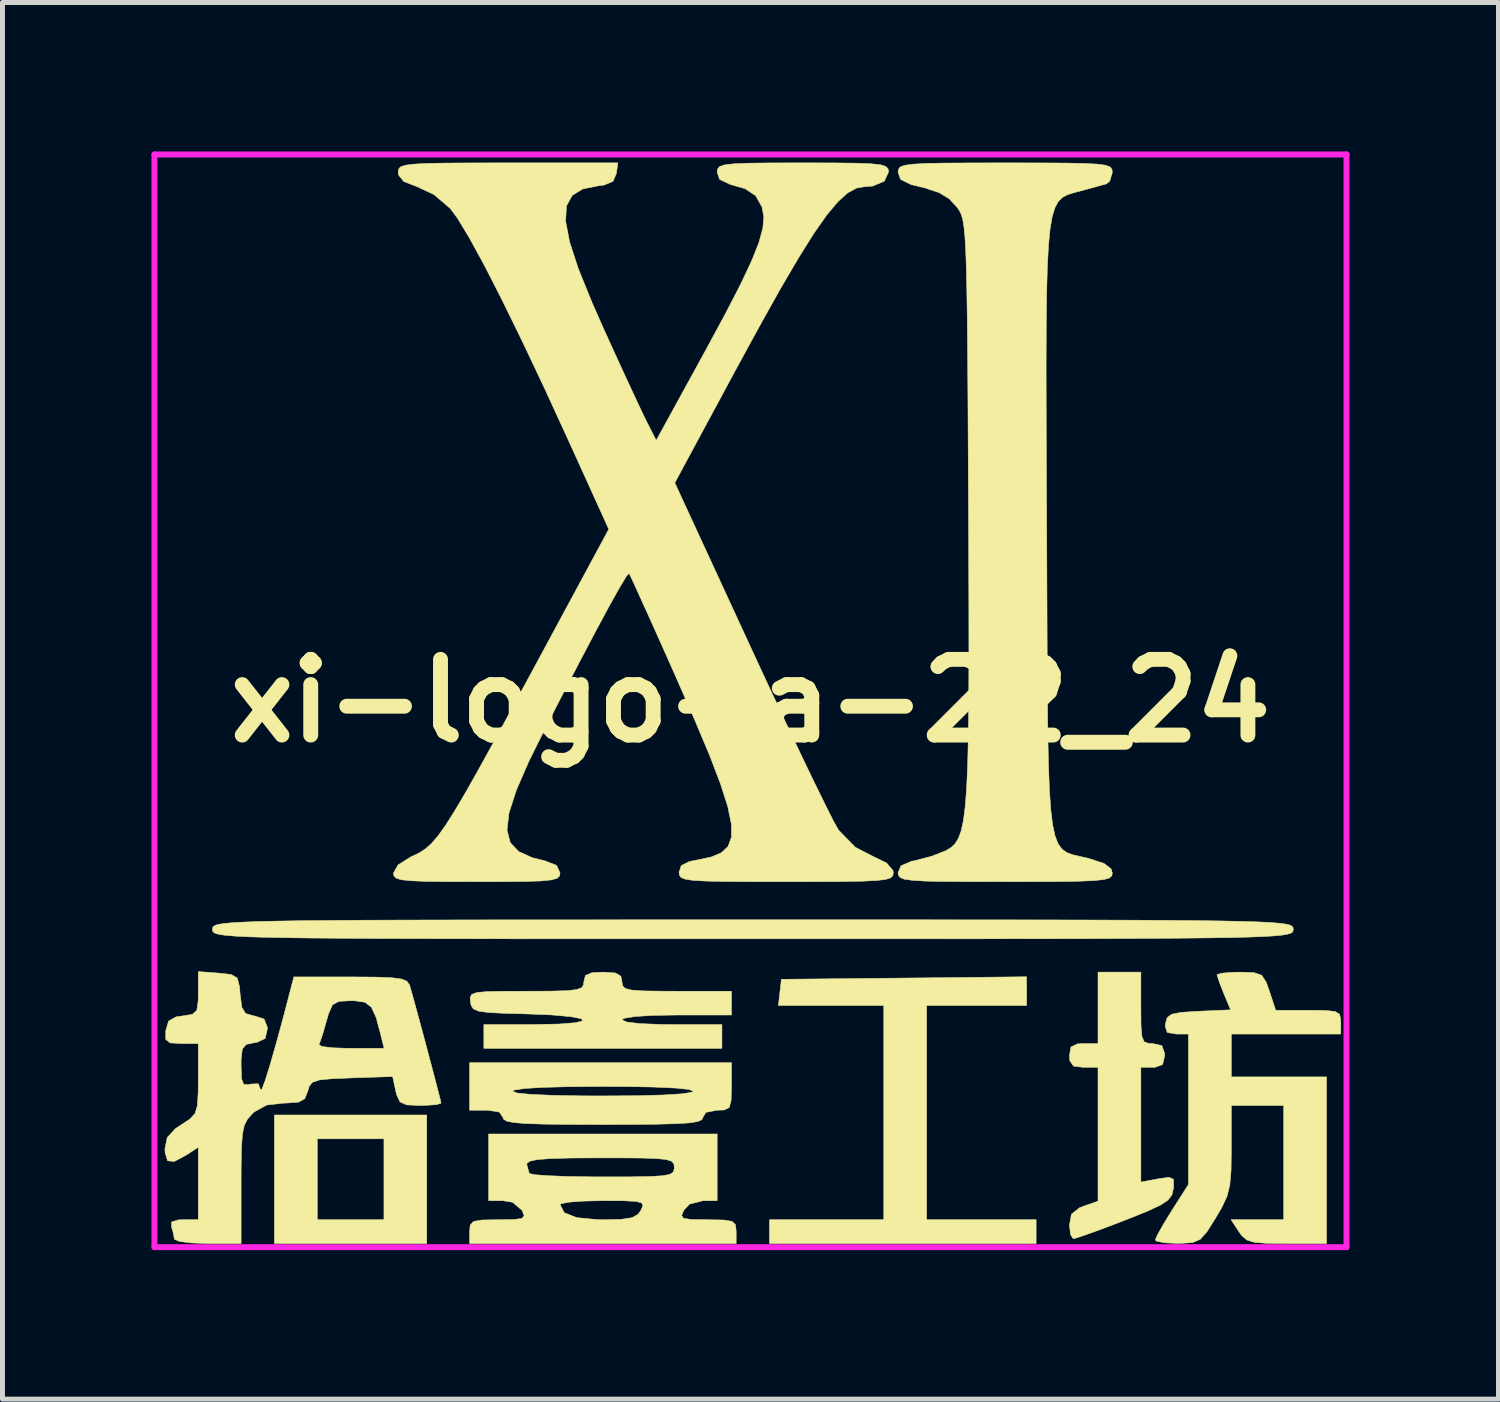
<source format=kicad_pcb>
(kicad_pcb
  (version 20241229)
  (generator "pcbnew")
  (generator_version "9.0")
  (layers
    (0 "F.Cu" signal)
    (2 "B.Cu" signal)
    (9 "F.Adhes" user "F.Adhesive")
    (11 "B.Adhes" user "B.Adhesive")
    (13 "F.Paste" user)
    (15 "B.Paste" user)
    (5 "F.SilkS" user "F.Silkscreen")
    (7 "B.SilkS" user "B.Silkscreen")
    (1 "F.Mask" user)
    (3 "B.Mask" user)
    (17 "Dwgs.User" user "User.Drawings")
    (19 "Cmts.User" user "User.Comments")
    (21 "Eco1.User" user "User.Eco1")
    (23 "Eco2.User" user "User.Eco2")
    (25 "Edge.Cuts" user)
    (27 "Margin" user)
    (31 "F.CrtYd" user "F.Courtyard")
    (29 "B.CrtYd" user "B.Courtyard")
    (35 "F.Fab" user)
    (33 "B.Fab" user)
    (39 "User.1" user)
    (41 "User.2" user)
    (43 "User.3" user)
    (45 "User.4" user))
  (footprint "xi-logo-a-22_24"
    (layer "F.Cu")
    (at 12.06 11.06)
    (property "Reference" "xi-logo-a-22_24" (at 0 0 0) (layer "F.SilkS") (effects (font (size 1.524 1.524) (thickness 0.3))))
    (attr through_hole)
    (fp_poly (pts (xy -6.518 10.927) (xy -9.585 10.927) (xy -9.585 8.818) (xy -8.722 8.818) (xy -8.722 10.448) (xy -7.38 10.448) (xy -7.38 8.818) (xy -8.722 8.818) (xy -9.585 8.818) (xy -9.585 8.339) (xy -6.518 8.339) (xy -6.518 10.927)) (stroke (width 0.01) (type solid)) (fill yes) (layer "F.SilkS"))
    (fp_poly (pts (xy 5.559 6.134) (xy 3.546 6.134) (xy 3.546 10.448) (xy 5.751 10.448) (xy 5.751 10.927) (xy 0.383 10.927) (xy 0.383 10.448) (xy 2.684 10.448) (xy 2.684 6.134) (xy 0.562 6.134) (xy 0.623 5.607) (xy 3.091 5.582) (xy 5.559 5.556) (xy 5.559 6.134)) (stroke (width 0.01) (type solid)) (fill yes) (layer "F.SilkS"))
    (fp_poly (pts (xy 7.86 6.182) (xy 7.863 6.548) (xy 7.881 6.762) (xy 7.927 6.866) (xy 8.015 6.898) (xy 8.099 6.901) (xy 8.282 6.941) (xy 8.338 7.097) (xy 8.339 7.141) (xy 8.299 7.323) (xy 8.143 7.379) (xy 8.099 7.38) (xy 7.86 7.38) (xy 7.86 9.689) (xy 8.203 9.625) (xy 8.428 9.593) (xy 8.516 9.633) (xy 8.519 9.78) (xy 8.514 9.825) (xy 8.484 9.95) (xy 8.405 10.054) (xy 8.246 10.158) (xy 7.972 10.284) (xy 7.552 10.452) (xy 7.529 10.461) (xy 7.131 10.613) (xy 6.799 10.734) (xy 6.574 10.811) (xy 6.499 10.831) (xy 6.444 10.748) (xy 6.422 10.553) (xy 6.463 10.335) (xy 6.622 10.209) (xy 6.709 10.174) (xy 6.997 10.074) (xy 6.997 7.38) (xy 6.709 7.38) (xy 6.504 7.355) (xy 6.429 7.245) (xy 6.422 7.141) (xy 6.453 6.97) (xy 6.584 6.907) (xy 6.709 6.901) (xy 6.997 6.901) (xy 6.997 5.463) (xy 7.86 5.463) (xy 7.86 6.182)) (stroke (width 0.01) (type solid)) (fill yes) (layer "F.SilkS"))
    (fp_poly (pts (xy -0.383 7.764) (xy -0.39 8.047) (xy -0.428 8.189) (xy -0.529 8.238) (xy -0.671 8.243) (xy -0.899 8.286) (xy -0.958 8.387) (xy -0.981 8.435) (xy -1.066 8.472) (xy -1.234 8.498) (xy -1.509 8.515) (xy -1.914 8.525) (xy -2.471 8.53) (xy -2.971 8.531) (xy -3.651 8.529) (xy -4.162 8.523) (xy -4.526 8.511) (xy -4.768 8.491) (xy -4.909 8.462) (xy -4.973 8.422) (xy -4.984 8.387) (xy -5.057 8.28) (xy -5.289 8.243) (xy -5.32 8.243) (xy -5.655 8.243) (xy -5.655 7.86) (xy -4.792 7.86) (xy -4.699 7.896) (xy -4.425 7.924) (xy -3.984 7.943) (xy -3.387 7.954) (xy -2.971 7.955) (xy -2.289 7.951) (xy -1.755 7.936) (xy -1.383 7.913) (xy -1.182 7.882) (xy -1.15 7.86) (xy -1.244 7.824) (xy -1.517 7.796) (xy -1.958 7.776) (xy -2.555 7.765) (xy -2.971 7.764) (xy -3.654 7.769) (xy -4.187 7.783) (xy -4.56 7.806) (xy -4.76 7.838) (xy -4.792 7.86) (xy -5.655 7.86) (xy -5.655 7.285) (xy -0.383 7.285) (xy -0.383 7.764)) (stroke (width 0.01) (type solid)) (fill yes) (layer "F.SilkS"))
    (fp_poly (pts (xy -2.72 5.479) (xy -2.61 5.544) (xy -2.588 5.655) (xy -2.576 5.737) (xy -2.52 5.792) (xy -2.385 5.825) (xy -2.141 5.841) (xy -1.755 5.846) (xy -1.486 5.847) (xy -0.383 5.847) (xy -0.383 6.326) (xy -1.486 6.326) (xy -1.976 6.334) (xy -2.337 6.357) (xy -2.545 6.392) (xy -2.588 6.422) (xy -2.497 6.466) (xy -2.24 6.498) (xy -1.843 6.515) (xy -1.582 6.518) (xy -0.575 6.518) (xy -0.575 6.997) (xy -5.368 6.997) (xy -5.368 6.518) (xy -4.361 6.518) (xy -3.846 6.507) (xy -3.517 6.48) (xy -3.373 6.442) (xy -3.408 6.4) (xy -3.62 6.359) (xy -4.006 6.324) (xy -4.481 6.305) (xy -4.96 6.292) (xy -5.281 6.275) (xy -5.477 6.247) (xy -5.58 6.202) (xy -5.624 6.132) (xy -5.638 6.062) (xy -5.644 5.972) (xy -5.613 5.911) (xy -5.512 5.874) (xy -5.311 5.855) (xy -4.98 5.848) (xy -4.512 5.847) (xy -4.024 5.845) (xy -3.697 5.836) (xy -3.498 5.814) (xy -3.396 5.775) (xy -3.359 5.713) (xy -3.355 5.655) (xy -3.323 5.53) (xy -3.193 5.474) (xy -2.971 5.463) (xy -2.72 5.479)) (stroke (width 0.01) (type solid)) (fill yes) (layer "F.SilkS"))
    (fp_poly (pts (xy 10.138 5.472) (xy 10.292 5.525) (xy 10.383 5.664) (xy 10.448 5.847) (xy 10.574 6.23) (xy 11.23 6.23) (xy 11.575 6.234) (xy 11.771 6.255) (xy 11.86 6.31) (xy 11.884 6.413) (xy 11.885 6.47) (xy 11.885 6.709) (xy 9.681 6.709) (xy 9.681 7.572) (xy 11.598 7.572) (xy 11.598 10.927) (xy 10.794 10.927) (xy 10.397 10.923) (xy 10.145 10.903) (xy 9.992 10.855) (xy 9.892 10.769) (xy 9.833 10.687) (xy 9.676 10.448) (xy 10.735 10.448) (xy 10.735 8.147) (xy 9.681 8.147) (xy 9.681 9.019) (xy 9.676 9.448) (xy 9.651 9.746) (xy 9.594 9.977) (xy 9.489 10.202) (xy 9.369 10.406) (xy 9.192 10.688) (xy 9.056 10.842) (xy 8.902 10.908) (xy 8.676 10.923) (xy 8.602 10.924) (xy 8.338 10.912) (xy 8.175 10.879) (xy 8.15 10.855) (xy 8.199 10.743) (xy 8.325 10.52) (xy 8.485 10.26) (xy 8.818 9.738) (xy 8.818 6.709) (xy 8.572 6.709) (xy 8.392 6.678) (xy 8.35 6.552) (xy 8.356 6.494) (xy 8.391 6.377) (xy 8.482 6.309) (xy 8.675 6.272) (xy 9.014 6.25) (xy 9.027 6.25) (xy 9.667 6.222) (xy 9.53 5.894) (xy 9.441 5.666) (xy 9.395 5.526) (xy 9.393 5.514) (xy 9.479 5.485) (xy 9.699 5.466) (xy 9.857 5.463) (xy 10.138 5.472)) (stroke (width 0.01) (type solid)) (fill yes) (layer "F.SilkS"))
    (fp_poly (pts (xy 1.723 4.409) (xy 3.216 4.409) (xy 4.538 4.41) (xy 5.7 4.411) (xy 6.712 4.413) (xy 7.584 4.416) (xy 8.326 4.42) (xy 8.95 4.425) (xy 9.465 4.432) (xy 9.881 4.441) (xy 10.21 4.451) (xy 10.462 4.463) (xy 10.646 4.478) (xy 10.774 4.495) (xy 10.856 4.514) (xy 10.901 4.537) (xy 10.922 4.562) (xy 10.927 4.59) (xy 10.927 4.601) (xy 10.924 4.63) (xy 10.911 4.657) (xy 10.875 4.68) (xy 10.807 4.7) (xy 10.696 4.718) (xy 10.532 4.734) (xy 10.305 4.747) (xy 10.004 4.758) (xy 9.618 4.767) (xy 9.138 4.774) (xy 8.553 4.78) (xy 7.853 4.784) (xy 7.027 4.788) (xy 6.064 4.79) (xy 4.955 4.791) (xy 3.689 4.792) (xy 2.256 4.792) (xy 0.645 4.792) (xy 0.048 4.792) (xy -1.627 4.792) (xy -3.12 4.792) (xy -4.442 4.792) (xy -5.604 4.79) (xy -6.616 4.788) (xy -7.488 4.786) (xy -8.23 4.781) (xy -8.854 4.776) (xy -9.369 4.769) (xy -9.786 4.761) (xy -10.114 4.751) (xy -10.366 4.738) (xy -10.55 4.724) (xy -10.678 4.707) (xy -10.76 4.687) (xy -10.806 4.665) (xy -10.826 4.64) (xy -10.831 4.611) (xy -10.831 4.601) (xy -10.829 4.571) (xy -10.815 4.545) (xy -10.779 4.522) (xy -10.711 4.501) (xy -10.6 4.483) (xy -10.436 4.468) (xy -10.209 4.455) (xy -9.908 4.444) (xy -9.523 4.435) (xy -9.043 4.427) (xy -8.458 4.422) (xy -7.757 4.417) (xy -6.931 4.414) (xy -5.968 4.412) (xy -4.859 4.41) (xy -3.593 4.41) (xy -2.16 4.409) (xy -0.549 4.409) (xy 0.048 4.409) (xy 1.723 4.409)) (stroke (width 0.01) (type solid)) (fill yes) (layer "F.SilkS"))
    (fp_poly (pts (xy -0.671 10.064) (xy -0.955 10.064) (xy -1.23 10.134) (xy -1.342 10.256) (xy -1.386 10.362) (xy -1.349 10.419) (xy -1.194 10.443) (xy -0.887 10.448) (xy -0.866 10.448) (xy -0.546 10.453) (xy -0.373 10.48) (xy -0.302 10.548) (xy -0.288 10.676) (xy -0.288 10.687) (xy -0.288 10.927) (xy -5.655 10.927) (xy -5.655 10.687) (xy -5.643 10.555) (xy -5.577 10.483) (xy -5.412 10.453) (xy -5.103 10.448) (xy -5.077 10.448) (xy -4.76 10.443) (xy -4.599 10.421) (xy -4.557 10.366) (xy -4.597 10.263) (xy -4.601 10.256) (xy -4.737 10.141) (xy -3.834 10.141) (xy -3.752 10.304) (xy -3.501 10.405) (xy -3.075 10.446) (xy -2.956 10.448) (xy -2.597 10.439) (xy -2.381 10.406) (xy -2.26 10.335) (xy -2.205 10.256) (xy -2.166 10.165) (xy -2.189 10.109) (xy -2.306 10.079) (xy -2.549 10.066) (xy -2.95 10.064) (xy -2.968 10.064) (xy -3.349 10.072) (xy -3.644 10.093) (xy -3.812 10.124) (xy -3.834 10.141) (xy -4.737 10.141) (xy -4.79 10.096) (xy -4.988 10.064) (xy -5.272 10.064) (xy -5.272 9.329) (xy -4.505 9.329) (xy -4.462 9.492) (xy -4.441 9.521) (xy -4.327 9.543) (xy -4.057 9.562) (xy -3.666 9.577) (xy -3.19 9.584) (xy -2.955 9.585) (xy -2.406 9.584) (xy -2.02 9.577) (xy -1.769 9.562) (xy -1.623 9.534) (xy -1.555 9.489) (xy -1.534 9.423) (xy -1.534 9.393) (xy -1.543 9.321) (xy -1.589 9.269) (xy -1.7 9.235) (xy -1.905 9.215) (xy -2.23 9.205) (xy -2.705 9.202) (xy -3.019 9.202) (xy -3.605 9.205) (xy -4.023 9.216) (xy -4.296 9.237) (xy -4.449 9.271) (xy -4.504 9.318) (xy -4.505 9.329) (xy -5.272 9.329) (xy -5.272 8.722) (xy -0.671 8.722) (xy -0.671 10.064)) (stroke (width 0.01) (type solid)) (fill yes) (layer "F.SilkS"))
    (fp_poly (pts (xy 5.824 -10.83) (xy 6.351 -10.827) (xy 6.733 -10.819) (xy 6.994 -10.805) (xy 7.156 -10.782) (xy 7.243 -10.747) (xy 7.278 -10.7) (xy 7.285 -10.637) (xy 7.285 -10.636) (xy 7.233 -10.462) (xy 7.165 -10.408) (xy 7.003 -10.363) (xy 6.74 -10.291) (xy 6.63 -10.261) (xy 6.495 -10.225) (xy 6.379 -10.188) (xy 6.28 -10.135) (xy 6.198 -10.054) (xy 6.13 -9.93) (xy 6.075 -9.751) (xy 6.032 -9.501) (xy 6 -9.168) (xy 5.977 -8.739) (xy 5.963 -8.199) (xy 5.955 -7.534) (xy 5.952 -6.733) (xy 5.954 -5.779) (xy 5.958 -4.661) (xy 5.964 -3.409) (xy 5.969 -2.147) (xy 5.973 -1.062) (xy 5.978 -0.142) (xy 5.986 0.629) (xy 5.999 1.263) (xy 6.018 1.775) (xy 6.045 2.179) (xy 6.082 2.488) (xy 6.131 2.716) (xy 6.193 2.877) (xy 6.271 2.985) (xy 6.366 3.054) (xy 6.48 3.097) (xy 6.614 3.129) (xy 6.772 3.164) (xy 6.814 3.175) (xy 7.118 3.274) (xy 7.262 3.385) (xy 7.285 3.469) (xy 7.274 3.525) (xy 7.225 3.567) (xy 7.117 3.598) (xy 6.924 3.619) (xy 6.625 3.632) (xy 6.196 3.639) (xy 5.614 3.642) (xy 5.128 3.642) (xy 4.431 3.641) (xy 3.903 3.638) (xy 3.52 3.63) (xy 3.26 3.614) (xy 3.097 3.591) (xy 3.011 3.556) (xy 2.977 3.509) (xy 2.971 3.461) (xy 3.031 3.321) (xy 3.235 3.233) (xy 3.327 3.213) (xy 3.646 3.13) (xy 3.931 3.018) (xy 3.943 3.012) (xy 4.036 2.956) (xy 4.116 2.881) (xy 4.184 2.775) (xy 4.241 2.622) (xy 4.287 2.41) (xy 4.324 2.124) (xy 4.352 1.751) (xy 4.373 1.278) (xy 4.387 0.69) (xy 4.395 -0.027) (xy 4.398 -0.885) (xy 4.397 -1.899) (xy 4.393 -3.082) (xy 4.389 -3.911) (xy 4.383 -5.105) (xy 4.378 -6.122) (xy 4.372 -6.978) (xy 4.365 -7.686) (xy 4.356 -8.263) (xy 4.346 -8.723) (xy 4.333 -9.081) (xy 4.317 -9.351) (xy 4.297 -9.55) (xy 4.273 -9.692) (xy 4.244 -9.791) (xy 4.21 -9.863) (xy 4.17 -9.923) (xy 4.164 -9.931) (xy 4.003 -10.107) (xy 3.799 -10.231) (xy 3.495 -10.331) (xy 3.235 -10.393) (xy 3.022 -10.498) (xy 2.971 -10.641) (xy 2.979 -10.702) (xy 3.016 -10.749) (xy 3.106 -10.782) (xy 3.274 -10.805) (xy 3.541 -10.82) (xy 3.931 -10.827) (xy 4.468 -10.83) (xy 5.128 -10.831) (xy 5.824 -10.83)) (stroke (width 0.01) (type solid)) (fill yes) (layer "F.SilkS"))
    (fp_poly (pts (xy -10.711 5.482) (xy -10.455 5.51) (xy -10.333 5.582) (xy -10.288 5.755) (xy -10.275 5.913) (xy -10.241 6.171) (xy -10.165 6.295) (xy -10.009 6.341) (xy -9.987 6.344) (xy -9.792 6.407) (xy -9.73 6.568) (xy -9.729 6.614) (xy -9.771 6.798) (xy -9.934 6.875) (xy -9.992 6.884) (xy -10.155 6.919) (xy -10.232 7.014) (xy -10.255 7.223) (xy -10.256 7.345) (xy -10.247 7.608) (xy -10.205 7.721) (xy -10.109 7.729) (xy -10.064 7.716) (xy -9.909 7.71) (xy -9.864 7.829) (xy -9.838 7.823) (xy -9.772 7.648) (xy -9.671 7.324) (xy -9.557 6.925) (xy -8.69 6.925) (xy -8.624 6.96) (xy -8.412 6.986) (xy -8.096 6.997) (xy -8.055 6.997) (xy -7.377 6.997) (xy -7.441 6.733) (xy -7.537 6.376) (xy -7.633 6.168) (xy -7.763 6.069) (xy -7.962 6.04) (xy -8.045 6.038) (xy -8.286 6.051) (xy -8.416 6.121) (xy -8.496 6.302) (xy -8.537 6.446) (xy -8.613 6.711) (xy -8.675 6.893) (xy -8.69 6.925) (xy -9.557 6.925) (xy -9.541 6.869) (xy -9.387 6.301) (xy -9.3 5.967) (xy -9.194 5.559) (xy -8.054 5.559) (xy -7.564 5.562) (xy -7.234 5.574) (xy -7.029 5.6) (xy -6.919 5.644) (xy -6.869 5.712) (xy -6.863 5.727) (xy -6.806 5.925) (xy -6.72 6.238) (xy -6.616 6.621) (xy -6.506 7.033) (xy -6.401 7.43) (xy -6.312 7.769) (xy -6.251 8.007) (xy -6.23 8.101) (xy -6.316 8.129) (xy -6.532 8.145) (xy -6.654 8.147) (xy -6.92 8.136) (xy -7.056 8.077) (xy -7.123 7.934) (xy -7.142 7.856) (xy -7.205 7.565) (xy -8.032 7.592) (xy -8.431 7.609) (xy -8.679 7.633) (xy -8.816 7.679) (xy -8.883 7.756) (xy -8.914 7.86) (xy -8.974 8.011) (xy -9.097 8.08) (xy -9.344 8.099) (xy -9.393 8.099) (xy -9.741 8.139) (xy -9.988 8.274) (xy -10.036 8.319) (xy -10.128 8.424) (xy -10.19 8.544) (xy -10.228 8.719) (xy -10.248 8.984) (xy -10.255 9.379) (xy -10.256 9.733) (xy -10.256 10.927) (xy -10.927 10.927) (xy -11.257 10.915) (xy -11.497 10.885) (xy -11.597 10.842) (xy -11.598 10.839) (xy -11.629 10.678) (xy -11.656 10.599) (xy -11.655 10.492) (xy -11.516 10.45) (xy -11.416 10.448) (xy -11.118 10.448) (xy -11.118 8.988) (xy -11.355 9.143) (xy -11.6 9.274) (xy -11.736 9.261) (xy -11.787 9.095) (xy -11.789 9.018) (xy -11.744 8.794) (xy -11.577 8.613) (xy -11.454 8.531) (xy -11.283 8.418) (xy -11.183 8.308) (xy -11.135 8.148) (xy -11.12 7.886) (xy -11.118 7.612) (xy -11.118 6.901) (xy -11.46 6.901) (xy -11.686 6.887) (xy -11.773 6.817) (xy -11.773 6.645) (xy -11.772 6.638) (xy -11.716 6.448) (xy -11.567 6.364) (xy -11.43 6.344) (xy -11.238 6.313) (xy -11.148 6.233) (xy -11.12 6.047) (xy -11.118 5.883) (xy -11.118 5.452) (xy -10.711 5.482)) (stroke (width 0.01) (type solid)) (fill yes) (layer "F.SilkS"))
    (fp_poly (pts (xy -2.701 -10.615) (xy -2.768 -10.459) (xy -2.947 -10.384) (xy -3.067 -10.368) (xy -3.376 -10.306) (xy -3.588 -10.177) (xy -3.704 -9.967) (xy -3.722 -9.66) (xy -3.643 -9.242) (xy -3.466 -8.699) (xy -3.189 -8.016) (xy -2.969 -7.518) (xy -2.729 -6.989) (xy -2.501 -6.493) (xy -2.304 -6.069) (xy -2.156 -5.754) (xy -2.088 -5.617) (xy -1.898 -5.243) (xy -0.91 -7.044) (xy -0.509 -7.786) (xy -0.2 -8.384) (xy 0.024 -8.86) (xy 0.172 -9.233) (xy 0.25 -9.523) (xy 0.268 -9.751) (xy 0.233 -9.937) (xy 0.231 -9.944) (xy 0.104 -10.17) (xy -0.111 -10.312) (xy -0.407 -10.396) (xy -0.62 -10.497) (xy -0.671 -10.641) (xy -0.662 -10.709) (xy -0.619 -10.758) (xy -0.516 -10.792) (xy -0.326 -10.813) (xy -0.024 -10.825) (xy 0.417 -10.83) (xy 1.022 -10.831) (xy 1.054 -10.831) (xy 1.668 -10.83) (xy 2.117 -10.825) (xy 2.425 -10.813) (xy 2.62 -10.792) (xy 2.726 -10.758) (xy 2.771 -10.71) (xy 2.78 -10.649) (xy 2.695 -10.461) (xy 2.456 -10.363) (xy 2.3 -10.352) (xy 2.134 -10.323) (xy 1.958 -10.227) (xy 1.763 -10.052) (xy 1.538 -9.785) (xy 1.276 -9.411) (xy 0.967 -8.918) (xy 0.601 -8.294) (xy 0.171 -7.524) (xy -0.335 -6.596) (xy -0.369 -6.532) (xy -1.524 -4.389) (xy 0.008 -1.069) (xy 0.36 -0.309) (xy 0.696 0.407) (xy 1.005 1.06) (xy 1.277 1.626) (xy 1.502 2.085) (xy 1.668 2.415) (xy 1.767 2.594) (xy 1.772 2.602) (xy 2.112 2.949) (xy 2.439 3.118) (xy 2.741 3.266) (xy 2.869 3.416) (xy 2.875 3.464) (xy 2.866 3.521) (xy 2.821 3.565) (xy 2.719 3.597) (xy 2.535 3.618) (xy 2.247 3.632) (xy 1.831 3.639) (xy 1.265 3.642) (xy 0.719 3.642) (xy 0.023 3.642) (xy -0.505 3.638) (xy -0.887 3.63) (xy -1.148 3.616) (xy -1.31 3.592) (xy -1.397 3.558) (xy -1.431 3.511) (xy -1.438 3.452) (xy -1.393 3.317) (xy -1.228 3.235) (xy -1.048 3.199) (xy -0.786 3.143) (xy -0.586 3.059) (xy -0.451 2.932) (xy -0.383 2.745) (xy -0.384 2.483) (xy -0.457 2.131) (xy -0.603 1.673) (xy -0.825 1.093) (xy -1.126 0.377) (xy -1.507 -0.493) (xy -1.629 -0.767) (xy -1.869 -1.305) (xy -2.083 -1.78) (xy -2.258 -2.166) (xy -2.381 -2.436) (xy -2.442 -2.563) (xy -2.445 -2.569) (xy -2.502 -2.503) (xy -2.637 -2.278) (xy -2.845 -1.906) (xy -3.117 -1.4) (xy -3.447 -0.774) (xy -3.829 -0.039) (xy -4.111 0.51) (xy -4.467 1.229) (xy -4.717 1.806) (xy -4.862 2.257) (xy -4.902 2.601) (xy -4.837 2.854) (xy -4.668 3.034) (xy -4.395 3.158) (xy -4.14 3.222) (xy -3.905 3.312) (xy -3.834 3.463) (xy -3.845 3.527) (xy -3.895 3.574) (xy -4.011 3.606) (xy -4.219 3.627) (xy -4.546 3.637) (xy -5.017 3.642) (xy -5.511 3.642) (xy -6.117 3.641) (xy -6.556 3.635) (xy -6.857 3.622) (xy -7.044 3.6) (xy -7.144 3.565) (xy -7.183 3.514) (xy -7.189 3.469) (xy -7.097 3.305) (xy -6.835 3.14) (xy -6.797 3.123) (xy -6.668 3.061) (xy -6.548 2.983) (xy -6.426 2.876) (xy -6.293 2.722) (xy -6.138 2.505) (xy -5.952 2.211) (xy -5.723 1.823) (xy -5.443 1.326) (xy -5.1 0.703) (xy -4.685 -0.062) (xy -4.315 -0.745) (xy -2.853 -3.455) (xy -3.646 -5.202) (xy -4.141 -6.28) (xy -4.596 -7.241) (xy -5.005 -8.077) (xy -5.362 -8.776) (xy -5.663 -9.326) (xy -5.901 -9.719) (xy -6.045 -9.913) (xy -6.372 -10.192) (xy -6.718 -10.354) (xy -6.981 -10.456) (xy -7.087 -10.588) (xy -7.093 -10.643) (xy -7.085 -10.703) (xy -7.048 -10.749) (xy -6.956 -10.782) (xy -6.789 -10.805) (xy -6.522 -10.819) (xy -6.133 -10.827) (xy -5.599 -10.83) (xy -4.897 -10.831) (xy -2.67 -10.831) (xy -2.701 -10.615)) (stroke (width 0.01) (type solid)) (fill yes) (layer "F.SilkS"))
    (fp_line (start -12 -11) (end -12 11) (stroke (width 0.12) (type solid)) (layer "F.CrtYd"))
    (fp_line (start -12 11) (end 12 11) (stroke (width 0.12) (type solid)) (layer "F.CrtYd"))
    (fp_line (start 12 -11) (end -12 -11) (stroke (width 0.12) (type solid)) (layer "F.CrtYd"))
    (fp_line (start 12 11) (end 12 -11) (stroke (width 0.12) (type solid)) (layer "F.CrtYd")))
  (gr_rect
    (start -3 -3)
    (end 27.12 25.12)
    (stroke (width 0.1) (type default))
    (fill no)
    (layer "Edge.Cuts")))
</source>
